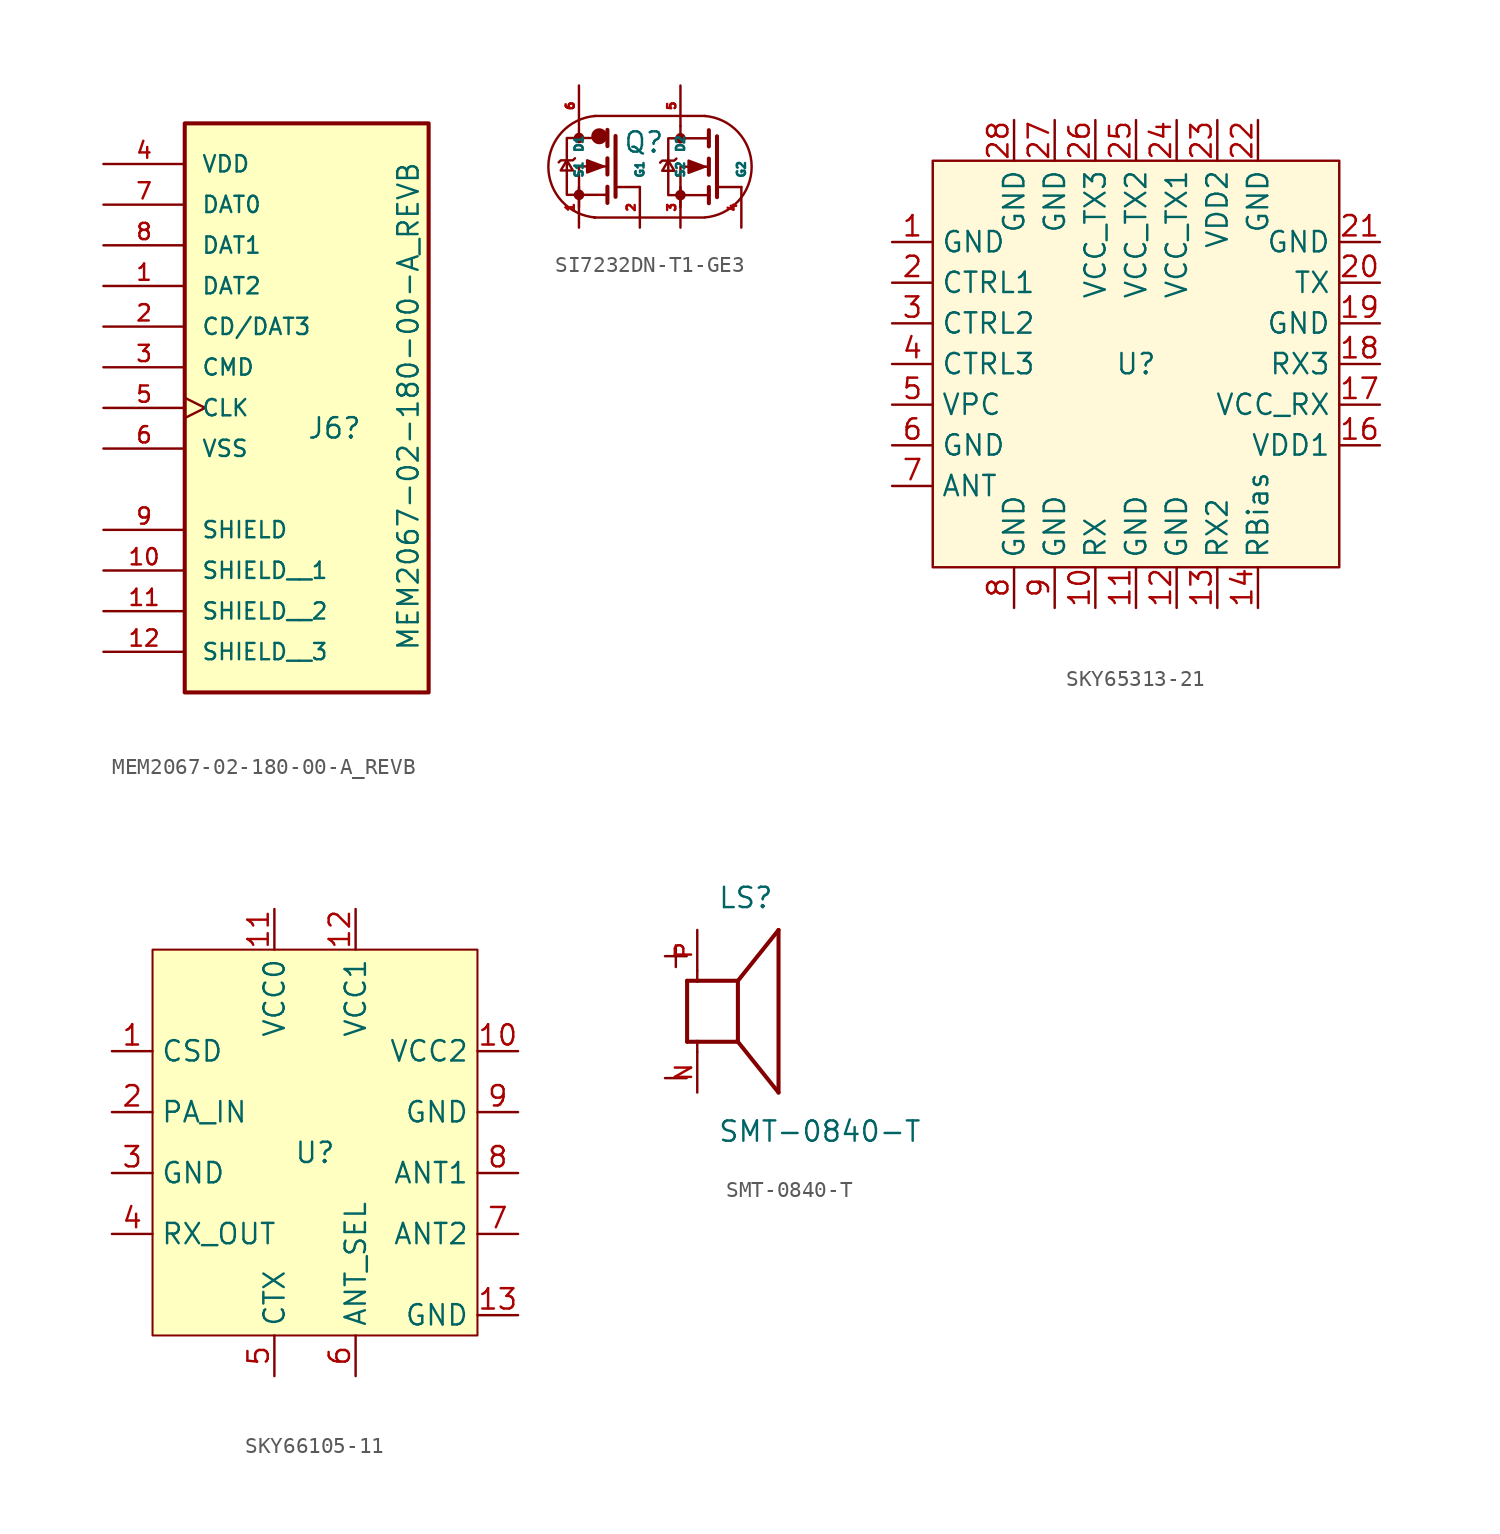
<source format=kicad_sym>
(kicad_symbol_lib
  (version 20231120)
  (generator "kicad_symbol_editor")
  (generator_version "8.0")
  (symbol "MEM2067-02-180-00-A_REVB"
    (pin_names
      (offset 1.016))
    (property "Reference" "J6"
      (at 7.62 -6.35 0)
      (effects (font (size 1.27 1.27)) (justify left)))
    (property "Value" "MEM2067-02-180-00-A_REVB"
      (at 13.97 -20.32 90)
      (effects (font (size 1.27 1.27)) (justify left)))
    (symbol "MEM2067-02-180-00-A_REVB_0_0"
      (rectangle (start 0 -22.86) (end 15.24 12.7) (stroke (width 0.254) (type default)) (fill (type background)))
      (pin bidirectional line (at -5.08 2.54 0) (length 5.08) (name "DAT2" (effects (font (size 1.016 1.016)))) (number "1" (effects (font (size 1.016 1.016)))))
      (pin passive line (at -5.08 -15.24 0) (length 5.08) (name "SHIELD__1" (effects (font (size 1.016 1.016)))) (number "10" (effects (font (size 1.016 1.016)))))
      (pin passive line (at -5.08 -17.78 0) (length 5.08) (name "SHIELD__2" (effects (font (size 1.016 1.016)))) (number "11" (effects (font (size 1.016 1.016)))))
      (pin passive line (at -5.08 -20.32 0) (length 5.08) (name "SHIELD__3" (effects (font (size 1.016 1.016)))) (number "12" (effects (font (size 1.016 1.016)))))
      (pin bidirectional line (at -5.08 0 0) (length 5.08) (name "CD/DAT3" (effects (font (size 1.016 1.016)))) (number "2" (effects (font (size 1.016 1.016)))))
      (pin bidirectional line (at -5.08 -2.54 0) (length 5.08) (name "CMD" (effects (font (size 1.016 1.016)))) (number "3" (effects (font (size 1.016 1.016)))))
      (pin power_in line (at -5.08 10.16 0) (length 5.08) (name "VDD" (effects (font (size 1.016 1.016)))) (number "4" (effects (font (size 1.016 1.016)))))
      (pin bidirectional clock (at -5.08 -5.08 0) (length 5.08) (name "CLK" (effects (font (size 1.016 1.016)))) (number "5" (effects (font (size 1.016 1.016)))))
      (pin power_in line (at -5.08 -7.62 0) (length 5.08) (name "VSS" (effects (font (size 1.016 1.016)))) (number "6" (effects (font (size 1.016 1.016)))))
      (pin bidirectional line (at -5.08 7.62 0) (length 5.08) (name "DAT0" (effects (font (size 1.016 1.016)))) (number "7" (effects (font (size 1.016 1.016)))))
      (pin bidirectional line (at -5.08 5.08 0) (length 5.08) (name "DAT1" (effects (font (size 1.016 1.016)))) (number "8" (effects (font (size 1.016 1.016)))))
      (pin passive line (at -5.08 -12.7 0) (length 5.08) (name "SHIELD" (effects (font (size 1.016 1.016)))) (number "9" (effects (font (size 1.016 1.016)))))))
  (symbol "SI7232DN-T1-GE3"
    (property "Reference" "Q"
      (at 4.064 5.334 0)
      (effects (font (size 1.27 1.27))))
    (property "Value" ""
      (at 0 0 0)
      (effects (font (size 1.27 1.27))))
    (symbol "SI7232DN-T1-GE3_0_1"
      (polyline (pts (xy 0.0001 6.263) (xy 0.0001 5.501)) (stroke (width 0) (type default)) (fill (type none)))
      (polyline (pts (xy 1.781 2.559) (xy 1.781 1.544)) (stroke (width 0.254) (type default)) (fill (type none)))
      (polyline (pts (xy 1.781 4.338) (xy 1.781 3.321)) (stroke (width 0.254) (type default)) (fill (type none)))
      (polyline (pts (xy 1.781 6.115) (xy 1.781 5.099)) (stroke (width 0.254) (type default)) (fill (type none)))
      (polyline (pts (xy 2.289 5.734) (xy 2.289 1.925)) (stroke (width 0.254) (type default)) (fill (type none)))
      (polyline (pts (xy 2.37 2.54) (xy 3.81 2.54)) (stroke (width 0) (type default)) (fill (type none)))
      (polyline (pts (xy 6.35 6.35) (xy 6.35 5.588)) (stroke (width 0) (type default)) (fill (type none)))
      (polyline (pts (xy 7.831 0.63) (xy 0.935 0.63)) (stroke (width 0) (type default)) (fill (type none)))
      (polyline (pts (xy 7.892 6.987) (xy 0.995 6.987)) (stroke (width 0) (type default)) (fill (type none)))
      (polyline (pts (xy 8.128 2.54) (xy 8.128 1.524)) (stroke (width 0.254) (type default)) (fill (type none)))
      (polyline (pts (xy 8.128 4.318) (xy 8.128 3.302)) (stroke (width 0.254) (type default)) (fill (type none)))
      (polyline (pts (xy 8.128 6.096) (xy 8.128 5.08)) (stroke (width 0.254) (type default)) (fill (type none)))
      (polyline (pts (xy 8.636 5.715) (xy 8.636 1.905)) (stroke (width 0.254) (type default)) (fill (type none)))
      (polyline (pts (xy 8.695 2.54) (xy 10.16 2.54)) (stroke (width 0) (type default)) (fill (type none)))
      (polyline (pts (xy 0.003 1.29) (xy 0.003 3.829) (xy 1.781 3.829)) (stroke (width 0) (type default)) (fill (type none)))
      (polyline (pts (xy 6.35 1.27) (xy 6.35 3.81) (xy 8.128 3.81)) (stroke (width 0) (type default)) (fill (type none)))
      (polyline (pts (xy -0.759 4.21) (xy -0.378 3.575) (xy -1.14 3.575) (xy -0.759 4.21)) (stroke (width 0) (type default)) (fill (type none)))
      (polyline (pts (xy -0.251 4.338) (xy -0.378 4.21) (xy -1.14 4.21) (xy -1.267 4.083)) (stroke (width 0) (type default)) (fill (type none)))
      (polyline (pts (xy 1.527 3.829) (xy 0.511 4.21) (xy 0.511 3.449) (xy 1.527 3.829)) (stroke (width 0) (type default)) (fill (type outline)))
      (polyline (pts (xy 1.781 2.051) (xy -0.759 2.051) (xy -0.759 5.607) (xy 1.781 5.607)) (stroke (width 0) (type default)) (fill (type none)))
      (polyline (pts (xy 5.588 4.191) (xy 5.969 3.556) (xy 5.207 3.556) (xy 5.588 4.191)) (stroke (width 0) (type default)) (fill (type none)))
      (polyline (pts (xy 6.096 4.318) (xy 5.969 4.191) (xy 5.207 4.191) (xy 5.08 4.064)) (stroke (width 0) (type default)) (fill (type none)))
      (polyline (pts (xy 7.874 3.81) (xy 6.858 4.191) (xy 6.858 3.429) (xy 7.874 3.81)) (stroke (width 0) (type default)) (fill (type outline)))
      (polyline (pts (xy 8.128 2.032) (xy 5.588 2.032) (xy 5.588 5.588) (xy 8.128 5.588)) (stroke (width 0) (type default)) (fill (type none)))
      (circle (center 0.003 2.051) (radius 0.254) (stroke (width 0) (type default)) (fill (type outline)))
      (circle (center 0.003 5.607) (radius 0.254) (stroke (width 0) (type default)) (fill (type outline)))
      (arc (start 1.0229 6.985) (mid -1.9146 3.81) (end 1.0229 0.635) (stroke (width 0) (type default)) (fill (type none)))
      (arc (start 1.27 5.715) (mid 1.27 5.715) (end 1.27 5.715) (stroke (width 1) (type default)) (fill (type none)))
      (circle (center 6.35 2.032) (radius 0.254) (stroke (width 0) (type default)) (fill (type outline)))
      (circle (center 6.35 5.588) (radius 0.254) (stroke (width 0) (type default)) (fill (type outline)))
      (arc (start 7.8671 0.635) (mid 10.8046 3.81) (end 7.8671 6.985) (stroke (width 0) (type default)) (fill (type none))))
    (symbol "SI7232DN-T1-GE3_1_1"
      (pin passive line (at 0 0 90) (length 2.54) (name "S1" (effects (font (size 0.508 0.508)))) (number "1" (effects (font (size 0.508 0.508)))))
      (pin passive line (at 3.81 0 90) (length 2.54) (name "G1" (effects (font (size 0.508 0.508)))) (number "2" (effects (font (size 0.508 0.508)))))
      (pin passive line (at 6.35 0 90) (length 2.54) (name "S2" (effects (font (size 0.508 0.508)))) (number "3" (effects (font (size 0.508 0.508)))))
      (pin passive line (at 10.16 0 90) (length 2.54) (name "G2" (effects (font (size 0.508 0.508)))) (number "4" (effects (font (size 0.508 0.508)))))
      (pin passive line (at 6.35 8.89 270) (length 2.54) (name "D2" (effects (font (size 0.508 0.508)))) (number "5" (effects (font (size 0.508 0.508)))))
      (pin passive line (at 0 8.89 270) (length 2.54) (name "D1" (effects (font (size 0.508 0.508)))) (number "6" (effects (font (size 0.508 0.508)))))))
  (symbol "SKY65313-21"
    (property "Reference" "U"
      (at 0 0 0)
      (effects (font (size 1.27 1.27))))
    (property "Value" ""
      (at 0 0 0)
      (effects (font (size 1.27 1.27))))
    (symbol "SKY65313-21_0_1"
      (rectangle (start -12.7 12.7) (end 12.7 -12.7) (stroke (width 0) (type default)) (fill (type color) (color 255 249 217 1))))
    (symbol "SKY65313-21_1_1"
      (pin power_in line (at -15.24 7.62 0) (length 2.54) (name "GND" (effects (font (size 1.27 1.27)))) (number "1" (effects (font (size 1.27 1.27)))))
      (pin input line (at -2.54 -15.24 90) (length 2.54) (name "RX" (effects (font (size 1.27 1.27)))) (number "10" (effects (font (size 1.27 1.27)))))
      (pin power_in line (at 0 -15.24 90) (length 2.54) (name "GND" (effects (font (size 1.27 1.27)))) (number "11" (effects (font (size 1.27 1.27)))))
      (pin power_in line (at 2.54 -15.24 90) (length 2.54) (name "GND" (effects (font (size 1.27 1.27)))) (number "12" (effects (font (size 1.27 1.27)))))
      (pin input line (at 5.08 -15.24 90) (length 2.54) (name "RX2" (effects (font (size 1.27 1.27)))) (number "13" (effects (font (size 1.27 1.27)))))
      (pin input line (at 7.62 -15.24 90) (length 2.54) (name "RBias" (effects (font (size 1.27 1.27)))) (number "14" (effects (font (size 1.27 1.27)))))
      (pin power_in line (at 15.24 -5.08 180) (length 2.54) (name "VDD1" (effects (font (size 1.27 1.27)))) (number "16" (effects (font (size 1.27 1.27)))))
      (pin power_in line (at 15.24 -2.54 180) (length 2.54) (name "VCC_RX" (effects (font (size 1.27 1.27)))) (number "17" (effects (font (size 1.27 1.27)))))
      (pin output line (at 15.24 0 180) (length 2.54) (name "RX3" (effects (font (size 1.27 1.27)))) (number "18" (effects (font (size 1.27 1.27)))))
      (pin power_in line (at 15.24 2.54 180) (length 2.54) (name "GND" (effects (font (size 1.27 1.27)))) (number "19" (effects (font (size 1.27 1.27)))))
      (pin input line (at -15.24 5.08 0) (length 2.54) (name "CTRL1" (effects (font (size 1.27 1.27)))) (number "2" (effects (font (size 1.27 1.27)))))
      (pin input line (at 15.24 5.08 180) (length 2.54) (name "TX" (effects (font (size 1.27 1.27)))) (number "20" (effects (font (size 1.27 1.27)))))
      (pin power_in line (at 15.24 7.62 180) (length 2.54) (name "GND" (effects (font (size 1.27 1.27)))) (number "21" (effects (font (size 1.27 1.27)))))
      (pin power_in line (at 7.62 15.24 270) (length 2.54) (name "GND" (effects (font (size 1.27 1.27)))) (number "22" (effects (font (size 1.27 1.27)))))
      (pin power_in line (at 5.08 15.24 270) (length 2.54) (name "VDD2" (effects (font (size 1.27 1.27)))) (number "23" (effects (font (size 1.27 1.27)))))
      (pin power_in line (at 2.54 15.24 270) (length 2.54) (name "VCC_TX1" (effects (font (size 1.27 1.27)))) (number "24" (effects (font (size 1.27 1.27)))))
      (pin power_in line (at 0 15.24 270) (length 2.54) (name "VCC_TX2" (effects (font (size 1.27 1.27)))) (number "25" (effects (font (size 1.27 1.27)))))
      (pin power_in line (at -2.54 15.24 270) (length 2.54) (name "VCC_TX3" (effects (font (size 1.27 1.27)))) (number "26" (effects (font (size 1.27 1.27)))))
      (pin power_in line (at -5.08 15.24 270) (length 2.54) (name "GND" (effects (font (size 1.27 1.27)))) (number "27" (effects (font (size 1.27 1.27)))))
      (pin power_in line (at -7.62 15.24 270) (length 2.54) (name "GND" (effects (font (size 1.27 1.27)))) (number "28" (effects (font (size 1.27 1.27)))))
      (pin input line (at -15.24 2.54 0) (length 2.54) (name "CTRL2" (effects (font (size 1.27 1.27)))) (number "3" (effects (font (size 1.27 1.27)))))
      (pin input line (at -15.24 0 0) (length 2.54) (name "CTRL3" (effects (font (size 1.27 1.27)))) (number "4" (effects (font (size 1.27 1.27)))))
      (pin power_in line (at -15.24 -2.54 0) (length 2.54) (name "VPC" (effects (font (size 1.27 1.27)))) (number "5" (effects (font (size 1.27 1.27)))))
      (pin power_in line (at -15.24 -5.08 0) (length 2.54) (name "GND" (effects (font (size 1.27 1.27)))) (number "6" (effects (font (size 1.27 1.27)))))
      (pin output line (at -15.24 -7.62 0) (length 2.54) (name "ANT" (effects (font (size 1.27 1.27)))) (number "7" (effects (font (size 1.27 1.27)))))
      (pin power_in line (at -7.62 -15.24 90) (length 2.54) (name "GND" (effects (font (size 1.27 1.27)))) (number "8" (effects (font (size 1.27 1.27)))))
      (pin power_in line (at -5.08 -15.24 90) (length 2.54) (name "GND" (effects (font (size 1.27 1.27)))) (number "9" (effects (font (size 1.27 1.27)))))))
  (symbol "SKY66105-11"
    (property "Reference" "U"
      (at 0 0 0)
      (effects (font (size 1.27 1.27))))
    (property "Value" ""
      (at 0 0 0)
      (effects (font (size 1.27 1.27))))
    (symbol "SKY66105-11_0_1"
      (rectangle (start -10.16 12.7) (end 10.16 -11.43) (stroke (width 0.127) (type default) (color 132 0 0 1)) (fill (type background))))
    (symbol "SKY66105-11_1_1"
      (pin input line (at -12.7 6.35 0) (length 2.54) (name "CSD" (effects (font (size 1.27 1.27)))) (number "1" (effects (font (size 1.27 1.27)))))
      (pin power_in line (at 12.7 6.35 180) (length 2.54) (name "VCC2" (effects (font (size 1.27 1.27)))) (number "10" (effects (font (size 1.27 1.27)))))
      (pin power_in line (at -2.54 15.24 270) (length 2.54) (name "VCC0" (effects (font (size 1.27 1.27)))) (number "11" (effects (font (size 1.27 1.27)))))
      (pin power_in line (at 2.54 15.24 270) (length 2.54) (name "VCC1" (effects (font (size 1.27 1.27)))) (number "12" (effects (font (size 1.27 1.27)))))
      (pin power_in line (at 12.7 -10.16 180) (length 2.54) (name "GND" (effects (font (size 1.27 1.27)))) (number "13" (effects (font (size 1.27 1.27)))))
      (pin input line (at -12.7 2.54 0) (length 2.54) (name "PA_IN" (effects (font (size 1.27 1.27)))) (number "2" (effects (font (size 1.27 1.27)))))
      (pin power_in line (at -12.7 -1.27 0) (length 2.54) (name "GND" (effects (font (size 1.27 1.27)))) (number "3" (effects (font (size 1.27 1.27)))))
      (pin output line (at -12.7 -5.08 0) (length 2.54) (name "RX_OUT" (effects (font (size 1.27 1.27)))) (number "4" (effects (font (size 1.27 1.27)))))
      (pin input line (at -2.54 -13.97 90) (length 2.54) (name "CTX" (effects (font (size 1.27 1.27)))) (number "5" (effects (font (size 1.27 1.27)))))
      (pin input line (at 2.54 -13.97 90) (length 2.54) (name "ANT_SEL" (effects (font (size 1.27 1.27)))) (number "6" (effects (font (size 1.27 1.27)))))
      (pin output line (at 12.7 -5.08 180) (length 2.54) (name "ANT2" (effects (font (size 1.27 1.27)))) (number "7" (effects (font (size 1.27 1.27)))))
      (pin output line (at 12.7 -1.27 180) (length 2.54) (name "ANT1" (effects (font (size 1.27 1.27)))) (number "8" (effects (font (size 1.27 1.27)))))
      (pin power_in line (at 12.7 2.54 180) (length 2.54) (name "GND" (effects (font (size 1.27 1.27)))) (number "9" (effects (font (size 1.27 1.27)))))))
  (symbol "SMT-0840-T"
    (pin_names
      (offset 1.016))
    (property "Reference" "LS"
      (at -1.27 6.35 0)
      (effects (font (size 1.27 1.27)) (justify left bottom)))
    (property "Value" "SMT-0840-T"
      (at -1.27 -8.255 0)
      (effects (font (size 1.27 1.27)) (justify left bottom)))
    (symbol "SMT-0840-T_0_0"
      (polyline (pts (xy -3.175 -1.905) (xy -2.54 -1.905)) (stroke (width 0.254) (type default)) (fill (type none)))
      (polyline (pts (xy -3.175 1.905) (xy -3.175 -1.905)) (stroke (width 0.254) (type default)) (fill (type none)))
      (polyline (pts (xy -3.175 1.905) (xy -2.54 1.905)) (stroke (width 0.254) (type default)) (fill (type none)))
      (polyline (pts (xy -2.54 -2.54) (xy -2.54 -1.905)) (stroke (width 0.152) (type default)) (fill (type none)))
      (polyline (pts (xy -2.54 -1.905) (xy 0 -1.905)) (stroke (width 0.254) (type default)) (fill (type none)))
      (polyline (pts (xy -2.54 1.905) (xy 0 1.905)) (stroke (width 0.254) (type default)) (fill (type none)))
      (polyline (pts (xy -2.54 2.54) (xy -2.54 1.905)) (stroke (width 0.152) (type default)) (fill (type none)))
      (polyline (pts (xy 0 -1.905) (xy 0 1.905)) (stroke (width 0.254) (type default)) (fill (type none)))
      (polyline (pts (xy 0 -1.905) (xy 2.54 -5.08)) (stroke (width 0.254) (type default)) (fill (type none)))
      (polyline (pts (xy 0 1.905) (xy 2.54 5.08)) (stroke (width 0.254) (type default)) (fill (type none)))
      (polyline (pts (xy 2.54 -5.08) (xy 2.54 5.08)) (stroke (width 0.254) (type default)) (fill (type none)))
      (text "+" (at -5.08 2.54 0) (effects (font (size 1.778 1.778)) (justify left bottom)))
      (text "-" (at -5.08 -5.08 0) (effects (font (size 1.778 1.778)) (justify left bottom)))
      (pin passive line (at -2.54 -5.08 90) (length 2.54) (name "~" (effects (font (size 1.016 1.016)))) (number "N" (effects (font (size 1.016 1.016)))))
      (pin passive line (at -2.54 5.08 270) (length 2.54) (name "~" (effects (font (size 1.016 1.016)))) (number "P" (effects (font (size 1.016 1.016))))))))
</source>
